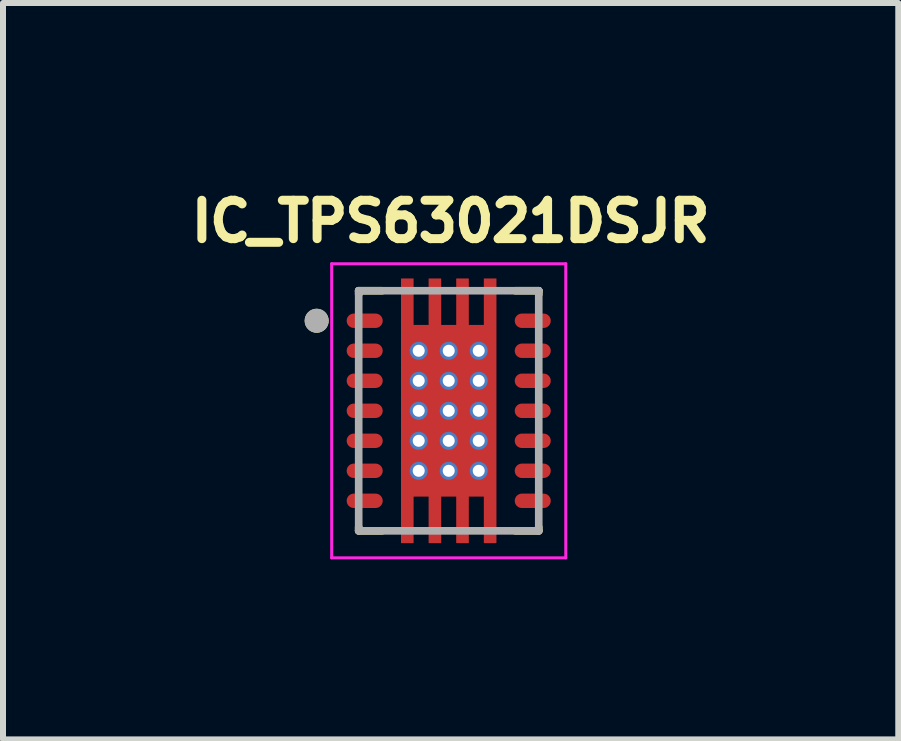
<source format=kicad_pcb>
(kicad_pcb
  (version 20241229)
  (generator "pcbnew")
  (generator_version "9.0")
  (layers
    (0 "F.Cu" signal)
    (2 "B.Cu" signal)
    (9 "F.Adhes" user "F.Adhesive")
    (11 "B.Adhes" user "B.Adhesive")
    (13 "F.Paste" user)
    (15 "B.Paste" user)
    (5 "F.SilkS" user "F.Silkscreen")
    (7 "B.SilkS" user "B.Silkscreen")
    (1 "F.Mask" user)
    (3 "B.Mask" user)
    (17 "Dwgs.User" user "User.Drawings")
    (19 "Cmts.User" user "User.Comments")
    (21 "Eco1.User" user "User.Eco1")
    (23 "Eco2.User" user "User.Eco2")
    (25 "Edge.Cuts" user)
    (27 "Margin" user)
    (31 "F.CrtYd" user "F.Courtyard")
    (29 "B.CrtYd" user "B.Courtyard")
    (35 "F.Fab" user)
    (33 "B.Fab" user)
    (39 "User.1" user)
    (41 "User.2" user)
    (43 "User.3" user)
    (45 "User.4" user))
  (footprint "IC_TPS63021DSJR"
    (layer "F.Cu")
    (at 4.426 3.794)
    (property "Reference" "IC_TPS63021DSJR" (at 0.032 -3.156 0) (layer "F.SilkS") (effects (font (size 0.64 0.64) (thickness 0.15))))
    (attr smd)
    (fp_poly (pts (xy -0.86 -2.27) (xy -0.52 -2.27) (xy -0.52 -1.495) (xy -0.4 -1.495) (xy -0.4 -2.27) (xy -0.06 -2.27) (xy -0.06 -1.495) (xy 0.06 -1.495) (xy 0.06 -2.27) (xy 0.4 -2.27) (xy 0.4 -1.495) (xy 0.52 -1.495) (xy 0.52 -2.27) (xy 0.86 -2.27) (xy 0.86 2.27) (xy 0.52 2.27) (xy 0.52 1.495) (xy 0.4 1.495) (xy 0.4 2.27) (xy 0.06 2.27) (xy 0.06 1.495) (xy -0.06 1.495) (xy -0.06 2.27) (xy -0.4 2.27) (xy -0.4 1.495) (xy -0.52 1.495) (xy -0.52 2.27) (xy -0.86 2.27)) (stroke (width 0.01) (type solid)) (fill yes) (layer "F.Mask"))
    (fp_poly (pts (xy -1.22 -1.69) (xy -1.21 -1.69) (xy -1.2 -1.689) (xy -1.19 -1.688) (xy -1.18 -1.686) (xy -1.171 -1.684) (xy -1.161 -1.681) (xy -1.152 -1.677) (xy -1.143 -1.674) (xy -1.134 -1.669) (xy -1.125 -1.665) (xy -1.117 -1.659) (xy -1.108 -1.654) (xy -1.1 -1.648) (xy -1.093 -1.641) (xy -1.086 -1.634) (xy -1.079 -1.627) (xy -1.072 -1.62) (xy -1.066 -1.612) (xy -1.061 -1.603) (xy -1.055 -1.595) (xy -1.051 -1.586) (xy -1.046 -1.577) (xy -1.043 -1.568) (xy -1.039 -1.559) (xy -1.036 -1.549) (xy -1.034 -1.54) (xy -1.032 -1.53) (xy -1.031 -1.52) (xy -1.03 -1.51) (xy -1.03 -1.5) (xy -1.03 -1.49) (xy -1.031 -1.48) (xy -1.032 -1.47) (xy -1.034 -1.46) (xy -1.036 -1.451) (xy -1.039 -1.441) (xy -1.043 -1.432) (xy -1.046 -1.423) (xy -1.051 -1.414) (xy -1.055 -1.405) (xy -1.061 -1.397) (xy -1.066 -1.388) (xy -1.072 -1.38) (xy -1.079 -1.373) (xy -1.086 -1.366) (xy -1.093 -1.359) (xy -1.1 -1.352) (xy -1.108 -1.346) (xy -1.117 -1.341) (xy -1.125 -1.335) (xy -1.134 -1.331) (xy -1.143 -1.326) (xy -1.152 -1.323) (xy -1.161 -1.319) (xy -1.171 -1.316) (xy -1.18 -1.314) (xy -1.19 -1.312) (xy -1.2 -1.311) (xy -1.21 -1.31) (xy -1.22 -1.31) (xy -1.58 -1.31) (xy -1.59 -1.31) (xy -1.6 -1.311) (xy -1.61 -1.312) (xy -1.62 -1.314) (xy -1.629 -1.316) (xy -1.639 -1.319) (xy -1.648 -1.323) (xy -1.657 -1.326) (xy -1.666 -1.331) (xy -1.675 -1.335) (xy -1.683 -1.341) (xy -1.692 -1.346) (xy -1.7 -1.352) (xy -1.707 -1.359) (xy -1.714 -1.366) (xy -1.721 -1.373) (xy -1.728 -1.38) (xy -1.734 -1.388) (xy -1.739 -1.397) (xy -1.745 -1.405) (xy -1.749 -1.414) (xy -1.754 -1.423) (xy -1.757 -1.432) (xy -1.761 -1.441) (xy -1.764 -1.451) (xy -1.766 -1.46) (xy -1.768 -1.47) (xy -1.769 -1.48) (xy -1.77 -1.49) (xy -1.77 -1.5) (xy -1.77 -1.51) (xy -1.769 -1.52) (xy -1.768 -1.53) (xy -1.766 -1.54) (xy -1.764 -1.549) (xy -1.761 -1.559) (xy -1.757 -1.568) (xy -1.754 -1.577) (xy -1.749 -1.586) (xy -1.745 -1.595) (xy -1.739 -1.603) (xy -1.734 -1.612) (xy -1.728 -1.62) (xy -1.721 -1.627) (xy -1.714 -1.634) (xy -1.707 -1.641) (xy -1.7 -1.648) (xy -1.692 -1.654) (xy -1.683 -1.659) (xy -1.675 -1.665) (xy -1.666 -1.669) (xy -1.657 -1.674) (xy -1.648 -1.677) (xy -1.639 -1.681) (xy -1.629 -1.684) (xy -1.62 -1.686) (xy -1.61 -1.688) (xy -1.6 -1.689) (xy -1.59 -1.69) (xy -1.58 -1.69) (xy -1.22 -1.69)) (stroke (width 0.01) (type solid)) (fill yes) (layer "F.Mask"))
    (fp_poly (pts (xy -1.22 -1.19) (xy -1.21 -1.19) (xy -1.2 -1.189) (xy -1.19 -1.188) (xy -1.18 -1.186) (xy -1.171 -1.184) (xy -1.161 -1.181) (xy -1.152 -1.177) (xy -1.143 -1.174) (xy -1.134 -1.169) (xy -1.125 -1.165) (xy -1.117 -1.159) (xy -1.108 -1.154) (xy -1.1 -1.148) (xy -1.093 -1.141) (xy -1.086 -1.134) (xy -1.079 -1.127) (xy -1.072 -1.12) (xy -1.066 -1.112) (xy -1.061 -1.103) (xy -1.055 -1.095) (xy -1.051 -1.086) (xy -1.046 -1.077) (xy -1.043 -1.068) (xy -1.039 -1.059) (xy -1.036 -1.049) (xy -1.034 -1.04) (xy -1.032 -1.03) (xy -1.031 -1.02) (xy -1.03 -1.01) (xy -1.03 -1) (xy -1.03 -0.99) (xy -1.031 -0.98) (xy -1.032 -0.97) (xy -1.034 -0.96) (xy -1.036 -0.951) (xy -1.039 -0.941) (xy -1.043 -0.932) (xy -1.046 -0.923) (xy -1.051 -0.914) (xy -1.055 -0.905) (xy -1.061 -0.897) (xy -1.066 -0.888) (xy -1.072 -0.88) (xy -1.079 -0.873) (xy -1.086 -0.866) (xy -1.093 -0.859) (xy -1.1 -0.852) (xy -1.108 -0.846) (xy -1.117 -0.841) (xy -1.125 -0.835) (xy -1.134 -0.831) (xy -1.143 -0.826) (xy -1.152 -0.823) (xy -1.161 -0.819) (xy -1.171 -0.816) (xy -1.18 -0.814) (xy -1.19 -0.812) (xy -1.2 -0.811) (xy -1.21 -0.81) (xy -1.22 -0.81) (xy -1.58 -0.81) (xy -1.59 -0.81) (xy -1.6 -0.811) (xy -1.61 -0.812) (xy -1.62 -0.814) (xy -1.629 -0.816) (xy -1.639 -0.819) (xy -1.648 -0.823) (xy -1.657 -0.826) (xy -1.666 -0.831) (xy -1.675 -0.835) (xy -1.683 -0.841) (xy -1.692 -0.846) (xy -1.7 -0.852) (xy -1.707 -0.859) (xy -1.714 -0.866) (xy -1.721 -0.873) (xy -1.728 -0.88) (xy -1.734 -0.888) (xy -1.739 -0.897) (xy -1.745 -0.905) (xy -1.749 -0.914) (xy -1.754 -0.923) (xy -1.757 -0.932) (xy -1.761 -0.941) (xy -1.764 -0.951) (xy -1.766 -0.96) (xy -1.768 -0.97) (xy -1.769 -0.98) (xy -1.77 -0.99) (xy -1.77 -1) (xy -1.77 -1.01) (xy -1.769 -1.02) (xy -1.768 -1.03) (xy -1.766 -1.04) (xy -1.764 -1.049) (xy -1.761 -1.059) (xy -1.757 -1.068) (xy -1.754 -1.077) (xy -1.749 -1.086) (xy -1.745 -1.095) (xy -1.739 -1.103) (xy -1.734 -1.112) (xy -1.728 -1.12) (xy -1.721 -1.127) (xy -1.714 -1.134) (xy -1.707 -1.141) (xy -1.7 -1.148) (xy -1.692 -1.154) (xy -1.683 -1.159) (xy -1.675 -1.165) (xy -1.666 -1.169) (xy -1.657 -1.174) (xy -1.648 -1.177) (xy -1.639 -1.181) (xy -1.629 -1.184) (xy -1.62 -1.186) (xy -1.61 -1.188) (xy -1.6 -1.189) (xy -1.59 -1.19) (xy -1.58 -1.19) (xy -1.22 -1.19)) (stroke (width 0.01) (type solid)) (fill yes) (layer "F.Mask"))
    (fp_poly (pts (xy -1.22 -0.69) (xy -1.21 -0.69) (xy -1.2 -0.689) (xy -1.19 -0.688) (xy -1.18 -0.686) (xy -1.171 -0.684) (xy -1.161 -0.681) (xy -1.152 -0.677) (xy -1.143 -0.674) (xy -1.134 -0.669) (xy -1.125 -0.665) (xy -1.117 -0.659) (xy -1.108 -0.654) (xy -1.1 -0.648) (xy -1.093 -0.641) (xy -1.086 -0.634) (xy -1.079 -0.627) (xy -1.072 -0.62) (xy -1.066 -0.612) (xy -1.061 -0.603) (xy -1.055 -0.595) (xy -1.051 -0.586) (xy -1.046 -0.577) (xy -1.043 -0.568) (xy -1.039 -0.559) (xy -1.036 -0.549) (xy -1.034 -0.54) (xy -1.032 -0.53) (xy -1.031 -0.52) (xy -1.03 -0.51) (xy -1.03 -0.5) (xy -1.03 -0.49) (xy -1.031 -0.48) (xy -1.032 -0.47) (xy -1.034 -0.46) (xy -1.036 -0.451) (xy -1.039 -0.441) (xy -1.043 -0.432) (xy -1.046 -0.423) (xy -1.051 -0.414) (xy -1.055 -0.405) (xy -1.061 -0.397) (xy -1.066 -0.388) (xy -1.072 -0.38) (xy -1.079 -0.373) (xy -1.086 -0.366) (xy -1.093 -0.359) (xy -1.1 -0.352) (xy -1.108 -0.346) (xy -1.117 -0.341) (xy -1.125 -0.335) (xy -1.134 -0.331) (xy -1.143 -0.326) (xy -1.152 -0.323) (xy -1.161 -0.319) (xy -1.171 -0.316) (xy -1.18 -0.314) (xy -1.19 -0.312) (xy -1.2 -0.311) (xy -1.21 -0.31) (xy -1.22 -0.31) (xy -1.58 -0.31) (xy -1.59 -0.31) (xy -1.6 -0.311) (xy -1.61 -0.312) (xy -1.62 -0.314) (xy -1.629 -0.316) (xy -1.639 -0.319) (xy -1.648 -0.323) (xy -1.657 -0.326) (xy -1.666 -0.331) (xy -1.675 -0.335) (xy -1.683 -0.341) (xy -1.692 -0.346) (xy -1.7 -0.352) (xy -1.707 -0.359) (xy -1.714 -0.366) (xy -1.721 -0.373) (xy -1.728 -0.38) (xy -1.734 -0.388) (xy -1.739 -0.397) (xy -1.745 -0.405) (xy -1.749 -0.414) (xy -1.754 -0.423) (xy -1.757 -0.432) (xy -1.761 -0.441) (xy -1.764 -0.451) (xy -1.766 -0.46) (xy -1.768 -0.47) (xy -1.769 -0.48) (xy -1.77 -0.49) (xy -1.77 -0.5) (xy -1.77 -0.51) (xy -1.769 -0.52) (xy -1.768 -0.53) (xy -1.766 -0.54) (xy -1.764 -0.549) (xy -1.761 -0.559) (xy -1.757 -0.568) (xy -1.754 -0.577) (xy -1.749 -0.586) (xy -1.745 -0.595) (xy -1.739 -0.603) (xy -1.734 -0.612) (xy -1.728 -0.62) (xy -1.721 -0.627) (xy -1.714 -0.634) (xy -1.707 -0.641) (xy -1.7 -0.648) (xy -1.692 -0.654) (xy -1.683 -0.659) (xy -1.675 -0.665) (xy -1.666 -0.669) (xy -1.657 -0.674) (xy -1.648 -0.677) (xy -1.639 -0.681) (xy -1.629 -0.684) (xy -1.62 -0.686) (xy -1.61 -0.688) (xy -1.6 -0.689) (xy -1.59 -0.69) (xy -1.58 -0.69) (xy -1.22 -0.69)) (stroke (width 0.01) (type solid)) (fill yes) (layer "F.Mask"))
    (fp_poly (pts (xy -1.22 -0.19) (xy -1.21 -0.19) (xy -1.2 -0.189) (xy -1.19 -0.188) (xy -1.18 -0.186) (xy -1.171 -0.184) (xy -1.161 -0.181) (xy -1.152 -0.177) (xy -1.143 -0.174) (xy -1.134 -0.169) (xy -1.125 -0.165) (xy -1.117 -0.159) (xy -1.108 -0.154) (xy -1.1 -0.148) (xy -1.093 -0.141) (xy -1.086 -0.134) (xy -1.079 -0.127) (xy -1.072 -0.12) (xy -1.066 -0.112) (xy -1.061 -0.103) (xy -1.055 -0.095) (xy -1.051 -0.086) (xy -1.046 -0.077) (xy -1.043 -0.068) (xy -1.039 -0.059) (xy -1.036 -0.049) (xy -1.034 -0.04) (xy -1.032 -0.03) (xy -1.031 -0.02) (xy -1.03 -0.01) (xy -1.03 0) (xy -1.03 0.01) (xy -1.031 0.02) (xy -1.032 0.03) (xy -1.034 0.04) (xy -1.036 0.049) (xy -1.039 0.059) (xy -1.043 0.068) (xy -1.046 0.077) (xy -1.051 0.086) (xy -1.055 0.095) (xy -1.061 0.103) (xy -1.066 0.112) (xy -1.072 0.12) (xy -1.079 0.127) (xy -1.086 0.134) (xy -1.093 0.141) (xy -1.1 0.148) (xy -1.108 0.154) (xy -1.117 0.159) (xy -1.125 0.165) (xy -1.134 0.169) (xy -1.143 0.174) (xy -1.152 0.177) (xy -1.161 0.181) (xy -1.171 0.184) (xy -1.18 0.186) (xy -1.19 0.188) (xy -1.2 0.189) (xy -1.21 0.19) (xy -1.22 0.19) (xy -1.58 0.19) (xy -1.59 0.19) (xy -1.6 0.189) (xy -1.61 0.188) (xy -1.62 0.186) (xy -1.629 0.184) (xy -1.639 0.181) (xy -1.648 0.177) (xy -1.657 0.174) (xy -1.666 0.169) (xy -1.675 0.165) (xy -1.683 0.159) (xy -1.692 0.154) (xy -1.7 0.148) (xy -1.707 0.141) (xy -1.714 0.134) (xy -1.721 0.127) (xy -1.728 0.12) (xy -1.734 0.112) (xy -1.739 0.103) (xy -1.745 0.095) (xy -1.749 0.086) (xy -1.754 0.077) (xy -1.757 0.068) (xy -1.761 0.059) (xy -1.764 0.049) (xy -1.766 0.04) (xy -1.768 0.03) (xy -1.769 0.02) (xy -1.77 0.01) (xy -1.77 0) (xy -1.77 -0.01) (xy -1.769 -0.02) (xy -1.768 -0.03) (xy -1.766 -0.04) (xy -1.764 -0.049) (xy -1.761 -0.059) (xy -1.757 -0.068) (xy -1.754 -0.077) (xy -1.749 -0.086) (xy -1.745 -0.095) (xy -1.739 -0.103) (xy -1.734 -0.112) (xy -1.728 -0.12) (xy -1.721 -0.127) (xy -1.714 -0.134) (xy -1.707 -0.141) (xy -1.7 -0.148) (xy -1.692 -0.154) (xy -1.683 -0.159) (xy -1.675 -0.165) (xy -1.666 -0.169) (xy -1.657 -0.174) (xy -1.648 -0.177) (xy -1.639 -0.181) (xy -1.629 -0.184) (xy -1.62 -0.186) (xy -1.61 -0.188) (xy -1.6 -0.189) (xy -1.59 -0.19) (xy -1.58 -0.19) (xy -1.22 -0.19)) (stroke (width 0.01) (type solid)) (fill yes) (layer "F.Mask"))
    (fp_poly (pts (xy -1.22 0.31) (xy -1.21 0.31) (xy -1.2 0.311) (xy -1.19 0.312) (xy -1.18 0.314) (xy -1.171 0.316) (xy -1.161 0.319) (xy -1.152 0.323) (xy -1.143 0.326) (xy -1.134 0.331) (xy -1.125 0.335) (xy -1.117 0.341) (xy -1.108 0.346) (xy -1.1 0.352) (xy -1.093 0.359) (xy -1.086 0.366) (xy -1.079 0.373) (xy -1.072 0.38) (xy -1.066 0.388) (xy -1.061 0.397) (xy -1.055 0.405) (xy -1.051 0.414) (xy -1.046 0.423) (xy -1.043 0.432) (xy -1.039 0.441) (xy -1.036 0.451) (xy -1.034 0.46) (xy -1.032 0.47) (xy -1.031 0.48) (xy -1.03 0.49) (xy -1.03 0.5) (xy -1.03 0.51) (xy -1.031 0.52) (xy -1.032 0.53) (xy -1.034 0.54) (xy -1.036 0.549) (xy -1.039 0.559) (xy -1.043 0.568) (xy -1.046 0.577) (xy -1.051 0.586) (xy -1.055 0.595) (xy -1.061 0.603) (xy -1.066 0.612) (xy -1.072 0.62) (xy -1.079 0.627) (xy -1.086 0.634) (xy -1.093 0.641) (xy -1.1 0.648) (xy -1.108 0.654) (xy -1.117 0.659) (xy -1.125 0.665) (xy -1.134 0.669) (xy -1.143 0.674) (xy -1.152 0.677) (xy -1.161 0.681) (xy -1.171 0.684) (xy -1.18 0.686) (xy -1.19 0.688) (xy -1.2 0.689) (xy -1.21 0.69) (xy -1.22 0.69) (xy -1.58 0.69) (xy -1.59 0.69) (xy -1.6 0.689) (xy -1.61 0.688) (xy -1.62 0.686) (xy -1.629 0.684) (xy -1.639 0.681) (xy -1.648 0.677) (xy -1.657 0.674) (xy -1.666 0.669) (xy -1.675 0.665) (xy -1.683 0.659) (xy -1.692 0.654) (xy -1.7 0.648) (xy -1.707 0.641) (xy -1.714 0.634) (xy -1.721 0.627) (xy -1.728 0.62) (xy -1.734 0.612) (xy -1.739 0.603) (xy -1.745 0.595) (xy -1.749 0.586) (xy -1.754 0.577) (xy -1.757 0.568) (xy -1.761 0.559) (xy -1.764 0.549) (xy -1.766 0.54) (xy -1.768 0.53) (xy -1.769 0.52) (xy -1.77 0.51) (xy -1.77 0.5) (xy -1.77 0.49) (xy -1.769 0.48) (xy -1.768 0.47) (xy -1.766 0.46) (xy -1.764 0.451) (xy -1.761 0.441) (xy -1.757 0.432) (xy -1.754 0.423) (xy -1.749 0.414) (xy -1.745 0.405) (xy -1.739 0.397) (xy -1.734 0.388) (xy -1.728 0.38) (xy -1.721 0.373) (xy -1.714 0.366) (xy -1.707 0.359) (xy -1.7 0.352) (xy -1.692 0.346) (xy -1.683 0.341) (xy -1.675 0.335) (xy -1.666 0.331) (xy -1.657 0.326) (xy -1.648 0.323) (xy -1.639 0.319) (xy -1.629 0.316) (xy -1.62 0.314) (xy -1.61 0.312) (xy -1.6 0.311) (xy -1.59 0.31) (xy -1.58 0.31) (xy -1.22 0.31)) (stroke (width 0.01) (type solid)) (fill yes) (layer "F.Mask"))
    (fp_poly (pts (xy -1.22 0.81) (xy -1.21 0.81) (xy -1.2 0.811) (xy -1.19 0.812) (xy -1.18 0.814) (xy -1.171 0.816) (xy -1.161 0.819) (xy -1.152 0.823) (xy -1.143 0.826) (xy -1.134 0.831) (xy -1.125 0.835) (xy -1.117 0.841) (xy -1.108 0.846) (xy -1.1 0.852) (xy -1.093 0.859) (xy -1.086 0.866) (xy -1.079 0.873) (xy -1.072 0.88) (xy -1.066 0.888) (xy -1.061 0.897) (xy -1.055 0.905) (xy -1.051 0.914) (xy -1.046 0.923) (xy -1.043 0.932) (xy -1.039 0.941) (xy -1.036 0.951) (xy -1.034 0.96) (xy -1.032 0.97) (xy -1.031 0.98) (xy -1.03 0.99) (xy -1.03 1) (xy -1.03 1.01) (xy -1.031 1.02) (xy -1.032 1.03) (xy -1.034 1.04) (xy -1.036 1.049) (xy -1.039 1.059) (xy -1.043 1.068) (xy -1.046 1.077) (xy -1.051 1.086) (xy -1.055 1.095) (xy -1.061 1.103) (xy -1.066 1.112) (xy -1.072 1.12) (xy -1.079 1.127) (xy -1.086 1.134) (xy -1.093 1.141) (xy -1.1 1.148) (xy -1.108 1.154) (xy -1.117 1.159) (xy -1.125 1.165) (xy -1.134 1.169) (xy -1.143 1.174) (xy -1.152 1.177) (xy -1.161 1.181) (xy -1.171 1.184) (xy -1.18 1.186) (xy -1.19 1.188) (xy -1.2 1.189) (xy -1.21 1.19) (xy -1.22 1.19) (xy -1.58 1.19) (xy -1.59 1.19) (xy -1.6 1.189) (xy -1.61 1.188) (xy -1.62 1.186) (xy -1.629 1.184) (xy -1.639 1.181) (xy -1.648 1.177) (xy -1.657 1.174) (xy -1.666 1.169) (xy -1.675 1.165) (xy -1.683 1.159) (xy -1.692 1.154) (xy -1.7 1.148) (xy -1.707 1.141) (xy -1.714 1.134) (xy -1.721 1.127) (xy -1.728 1.12) (xy -1.734 1.112) (xy -1.739 1.103) (xy -1.745 1.095) (xy -1.749 1.086) (xy -1.754 1.077) (xy -1.757 1.068) (xy -1.761 1.059) (xy -1.764 1.049) (xy -1.766 1.04) (xy -1.768 1.03) (xy -1.769 1.02) (xy -1.77 1.01) (xy -1.77 1) (xy -1.77 0.99) (xy -1.769 0.98) (xy -1.768 0.97) (xy -1.766 0.96) (xy -1.764 0.951) (xy -1.761 0.941) (xy -1.757 0.932) (xy -1.754 0.923) (xy -1.749 0.914) (xy -1.745 0.905) (xy -1.739 0.897) (xy -1.734 0.888) (xy -1.728 0.88) (xy -1.721 0.873) (xy -1.714 0.866) (xy -1.707 0.859) (xy -1.7 0.852) (xy -1.692 0.846) (xy -1.683 0.841) (xy -1.675 0.835) (xy -1.666 0.831) (xy -1.657 0.826) (xy -1.648 0.823) (xy -1.639 0.819) (xy -1.629 0.816) (xy -1.62 0.814) (xy -1.61 0.812) (xy -1.6 0.811) (xy -1.59 0.81) (xy -1.58 0.81) (xy -1.22 0.81)) (stroke (width 0.01) (type solid)) (fill yes) (layer "F.Mask"))
    (fp_poly (pts (xy -1.22 1.31) (xy -1.21 1.31) (xy -1.2 1.311) (xy -1.19 1.312) (xy -1.18 1.314) (xy -1.171 1.316) (xy -1.161 1.319) (xy -1.152 1.323) (xy -1.143 1.326) (xy -1.134 1.331) (xy -1.125 1.335) (xy -1.117 1.341) (xy -1.108 1.346) (xy -1.1 1.352) (xy -1.093 1.359) (xy -1.086 1.366) (xy -1.079 1.373) (xy -1.072 1.38) (xy -1.066 1.388) (xy -1.061 1.397) (xy -1.055 1.405) (xy -1.051 1.414) (xy -1.046 1.423) (xy -1.043 1.432) (xy -1.039 1.441) (xy -1.036 1.451) (xy -1.034 1.46) (xy -1.032 1.47) (xy -1.031 1.48) (xy -1.03 1.49) (xy -1.03 1.5) (xy -1.03 1.51) (xy -1.031 1.52) (xy -1.032 1.53) (xy -1.034 1.54) (xy -1.036 1.549) (xy -1.039 1.559) (xy -1.043 1.568) (xy -1.046 1.577) (xy -1.051 1.586) (xy -1.055 1.595) (xy -1.061 1.603) (xy -1.066 1.612) (xy -1.072 1.62) (xy -1.079 1.627) (xy -1.086 1.634) (xy -1.093 1.641) (xy -1.1 1.648) (xy -1.108 1.654) (xy -1.117 1.659) (xy -1.125 1.665) (xy -1.134 1.669) (xy -1.143 1.674) (xy -1.152 1.677) (xy -1.161 1.681) (xy -1.171 1.684) (xy -1.18 1.686) (xy -1.19 1.688) (xy -1.2 1.689) (xy -1.21 1.69) (xy -1.22 1.69) (xy -1.58 1.69) (xy -1.59 1.69) (xy -1.6 1.689) (xy -1.61 1.688) (xy -1.62 1.686) (xy -1.629 1.684) (xy -1.639 1.681) (xy -1.648 1.677) (xy -1.657 1.674) (xy -1.666 1.669) (xy -1.675 1.665) (xy -1.683 1.659) (xy -1.692 1.654) (xy -1.7 1.648) (xy -1.707 1.641) (xy -1.714 1.634) (xy -1.721 1.627) (xy -1.728 1.62) (xy -1.734 1.612) (xy -1.739 1.603) (xy -1.745 1.595) (xy -1.749 1.586) (xy -1.754 1.577) (xy -1.757 1.568) (xy -1.761 1.559) (xy -1.764 1.549) (xy -1.766 1.54) (xy -1.768 1.53) (xy -1.769 1.52) (xy -1.77 1.51) (xy -1.77 1.5) (xy -1.77 1.49) (xy -1.769 1.48) (xy -1.768 1.47) (xy -1.766 1.46) (xy -1.764 1.451) (xy -1.761 1.441) (xy -1.757 1.432) (xy -1.754 1.423) (xy -1.749 1.414) (xy -1.745 1.405) (xy -1.739 1.397) (xy -1.734 1.388) (xy -1.728 1.38) (xy -1.721 1.373) (xy -1.714 1.366) (xy -1.707 1.359) (xy -1.7 1.352) (xy -1.692 1.346) (xy -1.683 1.341) (xy -1.675 1.335) (xy -1.666 1.331) (xy -1.657 1.326) (xy -1.648 1.323) (xy -1.639 1.319) (xy -1.629 1.316) (xy -1.62 1.314) (xy -1.61 1.312) (xy -1.6 1.311) (xy -1.59 1.31) (xy -1.58 1.31) (xy -1.22 1.31)) (stroke (width 0.01) (type solid)) (fill yes) (layer "F.Mask"))
    (fp_poly (pts (xy 1.58 -1.69) (xy 1.59 -1.69) (xy 1.6 -1.689) (xy 1.61 -1.688) (xy 1.62 -1.686) (xy 1.629 -1.684) (xy 1.639 -1.681) (xy 1.648 -1.677) (xy 1.657 -1.674) (xy 1.666 -1.669) (xy 1.675 -1.665) (xy 1.683 -1.659) (xy 1.692 -1.654) (xy 1.7 -1.648) (xy 1.707 -1.641) (xy 1.714 -1.634) (xy 1.721 -1.627) (xy 1.728 -1.62) (xy 1.734 -1.612) (xy 1.739 -1.603) (xy 1.745 -1.595) (xy 1.749 -1.586) (xy 1.754 -1.577) (xy 1.757 -1.568) (xy 1.761 -1.559) (xy 1.764 -1.549) (xy 1.766 -1.54) (xy 1.768 -1.53) (xy 1.769 -1.52) (xy 1.77 -1.51) (xy 1.77 -1.5) (xy 1.77 -1.49) (xy 1.769 -1.48) (xy 1.768 -1.47) (xy 1.766 -1.46) (xy 1.764 -1.451) (xy 1.761 -1.441) (xy 1.757 -1.432) (xy 1.754 -1.423) (xy 1.749 -1.414) (xy 1.745 -1.405) (xy 1.739 -1.397) (xy 1.734 -1.388) (xy 1.728 -1.38) (xy 1.721 -1.373) (xy 1.714 -1.366) (xy 1.707 -1.359) (xy 1.7 -1.352) (xy 1.692 -1.346) (xy 1.683 -1.341) (xy 1.675 -1.335) (xy 1.666 -1.331) (xy 1.657 -1.326) (xy 1.648 -1.323) (xy 1.639 -1.319) (xy 1.629 -1.316) (xy 1.62 -1.314) (xy 1.61 -1.312) (xy 1.6 -1.311) (xy 1.59 -1.31) (xy 1.58 -1.31) (xy 1.22 -1.31) (xy 1.21 -1.31) (xy 1.2 -1.311) (xy 1.19 -1.312) (xy 1.18 -1.314) (xy 1.171 -1.316) (xy 1.161 -1.319) (xy 1.152 -1.323) (xy 1.143 -1.326) (xy 1.134 -1.331) (xy 1.125 -1.335) (xy 1.117 -1.341) (xy 1.108 -1.346) (xy 1.1 -1.352) (xy 1.093 -1.359) (xy 1.086 -1.366) (xy 1.079 -1.373) (xy 1.072 -1.38) (xy 1.066 -1.388) (xy 1.061 -1.397) (xy 1.055 -1.405) (xy 1.051 -1.414) (xy 1.046 -1.423) (xy 1.043 -1.432) (xy 1.039 -1.441) (xy 1.036 -1.451) (xy 1.034 -1.46) (xy 1.032 -1.47) (xy 1.031 -1.48) (xy 1.03 -1.49) (xy 1.03 -1.5) (xy 1.03 -1.51) (xy 1.031 -1.52) (xy 1.032 -1.53) (xy 1.034 -1.54) (xy 1.036 -1.549) (xy 1.039 -1.559) (xy 1.043 -1.568) (xy 1.046 -1.577) (xy 1.051 -1.586) (xy 1.055 -1.595) (xy 1.061 -1.603) (xy 1.066 -1.612) (xy 1.072 -1.62) (xy 1.079 -1.627) (xy 1.086 -1.634) (xy 1.093 -1.641) (xy 1.1 -1.648) (xy 1.108 -1.654) (xy 1.117 -1.659) (xy 1.125 -1.665) (xy 1.134 -1.669) (xy 1.143 -1.674) (xy 1.152 -1.677) (xy 1.161 -1.681) (xy 1.171 -1.684) (xy 1.18 -1.686) (xy 1.19 -1.688) (xy 1.2 -1.689) (xy 1.21 -1.69) (xy 1.22 -1.69) (xy 1.58 -1.69)) (stroke (width 0.01) (type solid)) (fill yes) (layer "F.Mask"))
    (fp_poly (pts (xy 1.58 -1.19) (xy 1.59 -1.19) (xy 1.6 -1.189) (xy 1.61 -1.188) (xy 1.62 -1.186) (xy 1.629 -1.184) (xy 1.639 -1.181) (xy 1.648 -1.177) (xy 1.657 -1.174) (xy 1.666 -1.169) (xy 1.675 -1.165) (xy 1.683 -1.159) (xy 1.692 -1.154) (xy 1.7 -1.148) (xy 1.707 -1.141) (xy 1.714 -1.134) (xy 1.721 -1.127) (xy 1.728 -1.12) (xy 1.734 -1.112) (xy 1.739 -1.103) (xy 1.745 -1.095) (xy 1.749 -1.086) (xy 1.754 -1.077) (xy 1.757 -1.068) (xy 1.761 -1.059) (xy 1.764 -1.049) (xy 1.766 -1.04) (xy 1.768 -1.03) (xy 1.769 -1.02) (xy 1.77 -1.01) (xy 1.77 -1) (xy 1.77 -0.99) (xy 1.769 -0.98) (xy 1.768 -0.97) (xy 1.766 -0.96) (xy 1.764 -0.951) (xy 1.761 -0.941) (xy 1.757 -0.932) (xy 1.754 -0.923) (xy 1.749 -0.914) (xy 1.745 -0.905) (xy 1.739 -0.897) (xy 1.734 -0.888) (xy 1.728 -0.88) (xy 1.721 -0.873) (xy 1.714 -0.866) (xy 1.707 -0.859) (xy 1.7 -0.852) (xy 1.692 -0.846) (xy 1.683 -0.841) (xy 1.675 -0.835) (xy 1.666 -0.831) (xy 1.657 -0.826) (xy 1.648 -0.823) (xy 1.639 -0.819) (xy 1.629 -0.816) (xy 1.62 -0.814) (xy 1.61 -0.812) (xy 1.6 -0.811) (xy 1.59 -0.81) (xy 1.58 -0.81) (xy 1.22 -0.81) (xy 1.21 -0.81) (xy 1.2 -0.811) (xy 1.19 -0.812) (xy 1.18 -0.814) (xy 1.171 -0.816) (xy 1.161 -0.819) (xy 1.152 -0.823) (xy 1.143 -0.826) (xy 1.134 -0.831) (xy 1.125 -0.835) (xy 1.117 -0.841) (xy 1.108 -0.846) (xy 1.1 -0.852) (xy 1.093 -0.859) (xy 1.086 -0.866) (xy 1.079 -0.873) (xy 1.072 -0.88) (xy 1.066 -0.888) (xy 1.061 -0.897) (xy 1.055 -0.905) (xy 1.051 -0.914) (xy 1.046 -0.923) (xy 1.043 -0.932) (xy 1.039 -0.941) (xy 1.036 -0.951) (xy 1.034 -0.96) (xy 1.032 -0.97) (xy 1.031 -0.98) (xy 1.03 -0.99) (xy 1.03 -1) (xy 1.03 -1.01) (xy 1.031 -1.02) (xy 1.032 -1.03) (xy 1.034 -1.04) (xy 1.036 -1.049) (xy 1.039 -1.059) (xy 1.043 -1.068) (xy 1.046 -1.077) (xy 1.051 -1.086) (xy 1.055 -1.095) (xy 1.061 -1.103) (xy 1.066 -1.112) (xy 1.072 -1.12) (xy 1.079 -1.127) (xy 1.086 -1.134) (xy 1.093 -1.141) (xy 1.1 -1.148) (xy 1.108 -1.154) (xy 1.117 -1.159) (xy 1.125 -1.165) (xy 1.134 -1.169) (xy 1.143 -1.174) (xy 1.152 -1.177) (xy 1.161 -1.181) (xy 1.171 -1.184) (xy 1.18 -1.186) (xy 1.19 -1.188) (xy 1.2 -1.189) (xy 1.21 -1.19) (xy 1.22 -1.19) (xy 1.58 -1.19)) (stroke (width 0.01) (type solid)) (fill yes) (layer "F.Mask"))
    (fp_poly (pts (xy 1.58 -0.69) (xy 1.59 -0.69) (xy 1.6 -0.689) (xy 1.61 -0.688) (xy 1.62 -0.686) (xy 1.629 -0.684) (xy 1.639 -0.681) (xy 1.648 -0.677) (xy 1.657 -0.674) (xy 1.666 -0.669) (xy 1.675 -0.665) (xy 1.683 -0.659) (xy 1.692 -0.654) (xy 1.7 -0.648) (xy 1.707 -0.641) (xy 1.714 -0.634) (xy 1.721 -0.627) (xy 1.728 -0.62) (xy 1.734 -0.612) (xy 1.739 -0.603) (xy 1.745 -0.595) (xy 1.749 -0.586) (xy 1.754 -0.577) (xy 1.757 -0.568) (xy 1.761 -0.559) (xy 1.764 -0.549) (xy 1.766 -0.54) (xy 1.768 -0.53) (xy 1.769 -0.52) (xy 1.77 -0.51) (xy 1.77 -0.5) (xy 1.77 -0.49) (xy 1.769 -0.48) (xy 1.768 -0.47) (xy 1.766 -0.46) (xy 1.764 -0.451) (xy 1.761 -0.441) (xy 1.757 -0.432) (xy 1.754 -0.423) (xy 1.749 -0.414) (xy 1.745 -0.405) (xy 1.739 -0.397) (xy 1.734 -0.388) (xy 1.728 -0.38) (xy 1.721 -0.373) (xy 1.714 -0.366) (xy 1.707 -0.359) (xy 1.7 -0.352) (xy 1.692 -0.346) (xy 1.683 -0.341) (xy 1.675 -0.335) (xy 1.666 -0.331) (xy 1.657 -0.326) (xy 1.648 -0.323) (xy 1.639 -0.319) (xy 1.629 -0.316) (xy 1.62 -0.314) (xy 1.61 -0.312) (xy 1.6 -0.311) (xy 1.59 -0.31) (xy 1.58 -0.31) (xy 1.22 -0.31) (xy 1.21 -0.31) (xy 1.2 -0.311) (xy 1.19 -0.312) (xy 1.18 -0.314) (xy 1.171 -0.316) (xy 1.161 -0.319) (xy 1.152 -0.323) (xy 1.143 -0.326) (xy 1.134 -0.331) (xy 1.125 -0.335) (xy 1.117 -0.341) (xy 1.108 -0.346) (xy 1.1 -0.352) (xy 1.093 -0.359) (xy 1.086 -0.366) (xy 1.079 -0.373) (xy 1.072 -0.38) (xy 1.066 -0.388) (xy 1.061 -0.397) (xy 1.055 -0.405) (xy 1.051 -0.414) (xy 1.046 -0.423) (xy 1.043 -0.432) (xy 1.039 -0.441) (xy 1.036 -0.451) (xy 1.034 -0.46) (xy 1.032 -0.47) (xy 1.031 -0.48) (xy 1.03 -0.49) (xy 1.03 -0.5) (xy 1.03 -0.51) (xy 1.031 -0.52) (xy 1.032 -0.53) (xy 1.034 -0.54) (xy 1.036 -0.549) (xy 1.039 -0.559) (xy 1.043 -0.568) (xy 1.046 -0.577) (xy 1.051 -0.586) (xy 1.055 -0.595) (xy 1.061 -0.603) (xy 1.066 -0.612) (xy 1.072 -0.62) (xy 1.079 -0.627) (xy 1.086 -0.634) (xy 1.093 -0.641) (xy 1.1 -0.648) (xy 1.108 -0.654) (xy 1.117 -0.659) (xy 1.125 -0.665) (xy 1.134 -0.669) (xy 1.143 -0.674) (xy 1.152 -0.677) (xy 1.161 -0.681) (xy 1.171 -0.684) (xy 1.18 -0.686) (xy 1.19 -0.688) (xy 1.2 -0.689) (xy 1.21 -0.69) (xy 1.22 -0.69) (xy 1.58 -0.69)) (stroke (width 0.01) (type solid)) (fill yes) (layer "F.Mask"))
    (fp_poly (pts (xy 1.58 -0.19) (xy 1.59 -0.19) (xy 1.6 -0.189) (xy 1.61 -0.188) (xy 1.62 -0.186) (xy 1.629 -0.184) (xy 1.639 -0.181) (xy 1.648 -0.177) (xy 1.657 -0.174) (xy 1.666 -0.169) (xy 1.675 -0.165) (xy 1.683 -0.159) (xy 1.692 -0.154) (xy 1.7 -0.148) (xy 1.707 -0.141) (xy 1.714 -0.134) (xy 1.721 -0.127) (xy 1.728 -0.12) (xy 1.734 -0.112) (xy 1.739 -0.103) (xy 1.745 -0.095) (xy 1.749 -0.086) (xy 1.754 -0.077) (xy 1.757 -0.068) (xy 1.761 -0.059) (xy 1.764 -0.049) (xy 1.766 -0.04) (xy 1.768 -0.03) (xy 1.769 -0.02) (xy 1.77 -0.01) (xy 1.77 0) (xy 1.77 0.01) (xy 1.769 0.02) (xy 1.768 0.03) (xy 1.766 0.04) (xy 1.764 0.049) (xy 1.761 0.059) (xy 1.757 0.068) (xy 1.754 0.077) (xy 1.749 0.086) (xy 1.745 0.095) (xy 1.739 0.103) (xy 1.734 0.112) (xy 1.728 0.12) (xy 1.721 0.127) (xy 1.714 0.134) (xy 1.707 0.141) (xy 1.7 0.148) (xy 1.692 0.154) (xy 1.683 0.159) (xy 1.675 0.165) (xy 1.666 0.169) (xy 1.657 0.174) (xy 1.648 0.177) (xy 1.639 0.181) (xy 1.629 0.184) (xy 1.62 0.186) (xy 1.61 0.188) (xy 1.6 0.189) (xy 1.59 0.19) (xy 1.58 0.19) (xy 1.22 0.19) (xy 1.21 0.19) (xy 1.2 0.189) (xy 1.19 0.188) (xy 1.18 0.186) (xy 1.171 0.184) (xy 1.161 0.181) (xy 1.152 0.177) (xy 1.143 0.174) (xy 1.134 0.169) (xy 1.125 0.165) (xy 1.117 0.159) (xy 1.108 0.154) (xy 1.1 0.148) (xy 1.093 0.141) (xy 1.086 0.134) (xy 1.079 0.127) (xy 1.072 0.12) (xy 1.066 0.112) (xy 1.061 0.103) (xy 1.055 0.095) (xy 1.051 0.086) (xy 1.046 0.077) (xy 1.043 0.068) (xy 1.039 0.059) (xy 1.036 0.049) (xy 1.034 0.04) (xy 1.032 0.03) (xy 1.031 0.02) (xy 1.03 0.01) (xy 1.03 0) (xy 1.03 -0.01) (xy 1.031 -0.02) (xy 1.032 -0.03) (xy 1.034 -0.04) (xy 1.036 -0.049) (xy 1.039 -0.059) (xy 1.043 -0.068) (xy 1.046 -0.077) (xy 1.051 -0.086) (xy 1.055 -0.095) (xy 1.061 -0.103) (xy 1.066 -0.112) (xy 1.072 -0.12) (xy 1.079 -0.127) (xy 1.086 -0.134) (xy 1.093 -0.141) (xy 1.1 -0.148) (xy 1.108 -0.154) (xy 1.117 -0.159) (xy 1.125 -0.165) (xy 1.134 -0.169) (xy 1.143 -0.174) (xy 1.152 -0.177) (xy 1.161 -0.181) (xy 1.171 -0.184) (xy 1.18 -0.186) (xy 1.19 -0.188) (xy 1.2 -0.189) (xy 1.21 -0.19) (xy 1.22 -0.19) (xy 1.58 -0.19)) (stroke (width 0.01) (type solid)) (fill yes) (layer "F.Mask"))
    (fp_poly (pts (xy 1.58 0.31) (xy 1.59 0.31) (xy 1.6 0.311) (xy 1.61 0.312) (xy 1.62 0.314) (xy 1.629 0.316) (xy 1.639 0.319) (xy 1.648 0.323) (xy 1.657 0.326) (xy 1.666 0.331) (xy 1.675 0.335) (xy 1.683 0.341) (xy 1.692 0.346) (xy 1.7 0.352) (xy 1.707 0.359) (xy 1.714 0.366) (xy 1.721 0.373) (xy 1.728 0.38) (xy 1.734 0.388) (xy 1.739 0.397) (xy 1.745 0.405) (xy 1.749 0.414) (xy 1.754 0.423) (xy 1.757 0.432) (xy 1.761 0.441) (xy 1.764 0.451) (xy 1.766 0.46) (xy 1.768 0.47) (xy 1.769 0.48) (xy 1.77 0.49) (xy 1.77 0.5) (xy 1.77 0.51) (xy 1.769 0.52) (xy 1.768 0.53) (xy 1.766 0.54) (xy 1.764 0.549) (xy 1.761 0.559) (xy 1.757 0.568) (xy 1.754 0.577) (xy 1.749 0.586) (xy 1.745 0.595) (xy 1.739 0.603) (xy 1.734 0.612) (xy 1.728 0.62) (xy 1.721 0.627) (xy 1.714 0.634) (xy 1.707 0.641) (xy 1.7 0.648) (xy 1.692 0.654) (xy 1.683 0.659) (xy 1.675 0.665) (xy 1.666 0.669) (xy 1.657 0.674) (xy 1.648 0.677) (xy 1.639 0.681) (xy 1.629 0.684) (xy 1.62 0.686) (xy 1.61 0.688) (xy 1.6 0.689) (xy 1.59 0.69) (xy 1.58 0.69) (xy 1.22 0.69) (xy 1.21 0.69) (xy 1.2 0.689) (xy 1.19 0.688) (xy 1.18 0.686) (xy 1.171 0.684) (xy 1.161 0.681) (xy 1.152 0.677) (xy 1.143 0.674) (xy 1.134 0.669) (xy 1.125 0.665) (xy 1.117 0.659) (xy 1.108 0.654) (xy 1.1 0.648) (xy 1.093 0.641) (xy 1.086 0.634) (xy 1.079 0.627) (xy 1.072 0.62) (xy 1.066 0.612) (xy 1.061 0.603) (xy 1.055 0.595) (xy 1.051 0.586) (xy 1.046 0.577) (xy 1.043 0.568) (xy 1.039 0.559) (xy 1.036 0.549) (xy 1.034 0.54) (xy 1.032 0.53) (xy 1.031 0.52) (xy 1.03 0.51) (xy 1.03 0.5) (xy 1.03 0.49) (xy 1.031 0.48) (xy 1.032 0.47) (xy 1.034 0.46) (xy 1.036 0.451) (xy 1.039 0.441) (xy 1.043 0.432) (xy 1.046 0.423) (xy 1.051 0.414) (xy 1.055 0.405) (xy 1.061 0.397) (xy 1.066 0.388) (xy 1.072 0.38) (xy 1.079 0.373) (xy 1.086 0.366) (xy 1.093 0.359) (xy 1.1 0.352) (xy 1.108 0.346) (xy 1.117 0.341) (xy 1.125 0.335) (xy 1.134 0.331) (xy 1.143 0.326) (xy 1.152 0.323) (xy 1.161 0.319) (xy 1.171 0.316) (xy 1.18 0.314) (xy 1.19 0.312) (xy 1.2 0.311) (xy 1.21 0.31) (xy 1.22 0.31) (xy 1.58 0.31)) (stroke (width 0.01) (type solid)) (fill yes) (layer "F.Mask"))
    (fp_poly (pts (xy 1.58 0.81) (xy 1.59 0.81) (xy 1.6 0.811) (xy 1.61 0.812) (xy 1.62 0.814) (xy 1.629 0.816) (xy 1.639 0.819) (xy 1.648 0.823) (xy 1.657 0.826) (xy 1.666 0.831) (xy 1.675 0.835) (xy 1.683 0.841) (xy 1.692 0.846) (xy 1.7 0.852) (xy 1.707 0.859) (xy 1.714 0.866) (xy 1.721 0.873) (xy 1.728 0.88) (xy 1.734 0.888) (xy 1.739 0.897) (xy 1.745 0.905) (xy 1.749 0.914) (xy 1.754 0.923) (xy 1.757 0.932) (xy 1.761 0.941) (xy 1.764 0.951) (xy 1.766 0.96) (xy 1.768 0.97) (xy 1.769 0.98) (xy 1.77 0.99) (xy 1.77 1) (xy 1.77 1.01) (xy 1.769 1.02) (xy 1.768 1.03) (xy 1.766 1.04) (xy 1.764 1.049) (xy 1.761 1.059) (xy 1.757 1.068) (xy 1.754 1.077) (xy 1.749 1.086) (xy 1.745 1.095) (xy 1.739 1.103) (xy 1.734 1.112) (xy 1.728 1.12) (xy 1.721 1.127) (xy 1.714 1.134) (xy 1.707 1.141) (xy 1.7 1.148) (xy 1.692 1.154) (xy 1.683 1.159) (xy 1.675 1.165) (xy 1.666 1.169) (xy 1.657 1.174) (xy 1.648 1.177) (xy 1.639 1.181) (xy 1.629 1.184) (xy 1.62 1.186) (xy 1.61 1.188) (xy 1.6 1.189) (xy 1.59 1.19) (xy 1.58 1.19) (xy 1.22 1.19) (xy 1.21 1.19) (xy 1.2 1.189) (xy 1.19 1.188) (xy 1.18 1.186) (xy 1.171 1.184) (xy 1.161 1.181) (xy 1.152 1.177) (xy 1.143 1.174) (xy 1.134 1.169) (xy 1.125 1.165) (xy 1.117 1.159) (xy 1.108 1.154) (xy 1.1 1.148) (xy 1.093 1.141) (xy 1.086 1.134) (xy 1.079 1.127) (xy 1.072 1.12) (xy 1.066 1.112) (xy 1.061 1.103) (xy 1.055 1.095) (xy 1.051 1.086) (xy 1.046 1.077) (xy 1.043 1.068) (xy 1.039 1.059) (xy 1.036 1.049) (xy 1.034 1.04) (xy 1.032 1.03) (xy 1.031 1.02) (xy 1.03 1.01) (xy 1.03 1) (xy 1.03 0.99) (xy 1.031 0.98) (xy 1.032 0.97) (xy 1.034 0.96) (xy 1.036 0.951) (xy 1.039 0.941) (xy 1.043 0.932) (xy 1.046 0.923) (xy 1.051 0.914) (xy 1.055 0.905) (xy 1.061 0.897) (xy 1.066 0.888) (xy 1.072 0.88) (xy 1.079 0.873) (xy 1.086 0.866) (xy 1.093 0.859) (xy 1.1 0.852) (xy 1.108 0.846) (xy 1.117 0.841) (xy 1.125 0.835) (xy 1.134 0.831) (xy 1.143 0.826) (xy 1.152 0.823) (xy 1.161 0.819) (xy 1.171 0.816) (xy 1.18 0.814) (xy 1.19 0.812) (xy 1.2 0.811) (xy 1.21 0.81) (xy 1.22 0.81) (xy 1.58 0.81)) (stroke (width 0.01) (type solid)) (fill yes) (layer "F.Mask"))
    (fp_poly (pts (xy 1.58 1.31) (xy 1.59 1.31) (xy 1.6 1.311) (xy 1.61 1.312) (xy 1.62 1.314) (xy 1.629 1.316) (xy 1.639 1.319) (xy 1.648 1.323) (xy 1.657 1.326) (xy 1.666 1.331) (xy 1.675 1.335) (xy 1.683 1.341) (xy 1.692 1.346) (xy 1.7 1.352) (xy 1.707 1.359) (xy 1.714 1.366) (xy 1.721 1.373) (xy 1.728 1.38) (xy 1.734 1.388) (xy 1.739 1.397) (xy 1.745 1.405) (xy 1.749 1.414) (xy 1.754 1.423) (xy 1.757 1.432) (xy 1.761 1.441) (xy 1.764 1.451) (xy 1.766 1.46) (xy 1.768 1.47) (xy 1.769 1.48) (xy 1.77 1.49) (xy 1.77 1.5) (xy 1.77 1.51) (xy 1.769 1.52) (xy 1.768 1.53) (xy 1.766 1.54) (xy 1.764 1.549) (xy 1.761 1.559) (xy 1.757 1.568) (xy 1.754 1.577) (xy 1.749 1.586) (xy 1.745 1.595) (xy 1.739 1.603) (xy 1.734 1.612) (xy 1.728 1.62) (xy 1.721 1.627) (xy 1.714 1.634) (xy 1.707 1.641) (xy 1.7 1.648) (xy 1.692 1.654) (xy 1.683 1.659) (xy 1.675 1.665) (xy 1.666 1.669) (xy 1.657 1.674) (xy 1.648 1.677) (xy 1.639 1.681) (xy 1.629 1.684) (xy 1.62 1.686) (xy 1.61 1.688) (xy 1.6 1.689) (xy 1.59 1.69) (xy 1.58 1.69) (xy 1.22 1.69) (xy 1.21 1.69) (xy 1.2 1.689) (xy 1.19 1.688) (xy 1.18 1.686) (xy 1.171 1.684) (xy 1.161 1.681) (xy 1.152 1.677) (xy 1.143 1.674) (xy 1.134 1.669) (xy 1.125 1.665) (xy 1.117 1.659) (xy 1.108 1.654) (xy 1.1 1.648) (xy 1.093 1.641) (xy 1.086 1.634) (xy 1.079 1.627) (xy 1.072 1.62) (xy 1.066 1.612) (xy 1.061 1.603) (xy 1.055 1.595) (xy 1.051 1.586) (xy 1.046 1.577) (xy 1.043 1.568) (xy 1.039 1.559) (xy 1.036 1.549) (xy 1.034 1.54) (xy 1.032 1.53) (xy 1.031 1.52) (xy 1.03 1.51) (xy 1.03 1.5) (xy 1.03 1.49) (xy 1.031 1.48) (xy 1.032 1.47) (xy 1.034 1.46) (xy 1.036 1.451) (xy 1.039 1.441) (xy 1.043 1.432) (xy 1.046 1.423) (xy 1.051 1.414) (xy 1.055 1.405) (xy 1.061 1.397) (xy 1.066 1.388) (xy 1.072 1.38) (xy 1.079 1.373) (xy 1.086 1.366) (xy 1.093 1.359) (xy 1.1 1.352) (xy 1.108 1.346) (xy 1.117 1.341) (xy 1.125 1.335) (xy 1.134 1.331) (xy 1.143 1.326) (xy 1.152 1.323) (xy 1.161 1.319) (xy 1.171 1.316) (xy 1.18 1.314) (xy 1.19 1.312) (xy 1.2 1.311) (xy 1.21 1.31) (xy 1.22 1.31) (xy 1.58 1.31)) (stroke (width 0.01) (type solid)) (fill yes) (layer "F.Mask"))
    (fp_line (start -1.5 -2) (end -1.11 -2) (stroke (width 0.127) (type solid)) (layer "F.SilkS"))
    (fp_line (start -1.5 -1.94) (end -1.5 -2) (stroke (width 0.127) (type solid)) (layer "F.SilkS"))
    (fp_line (start -1.5 2) (end -1.5 1.94) (stroke (width 0.127) (type solid)) (layer "F.SilkS"))
    (fp_line (start -1.11 2) (end -1.5 2) (stroke (width 0.127) (type solid)) (layer "F.SilkS"))
    (fp_line (start 1.11 -2) (end 1.5 -2) (stroke (width 0.127) (type solid)) (layer "F.SilkS"))
    (fp_line (start 1.5 -2) (end 1.5 -1.94) (stroke (width 0.127) (type solid)) (layer "F.SilkS"))
    (fp_line (start 1.5 1.94) (end 1.5 2) (stroke (width 0.127) (type solid)) (layer "F.SilkS"))
    (fp_line (start 1.5 2) (end 1.11 2) (stroke (width 0.127) (type solid)) (layer "F.SilkS"))
    (fp_circle (center -2.2 -1.5) (end -2.1 -1.5) (stroke (width 0.2) (type solid)) (fill no) (layer "F.SilkS"))
    (fp_poly (pts (xy -0.79 -2.2) (xy -0.59 -2.2) (xy -0.59 -1.35) (xy -0.33 -1.35) (xy -0.33 -2.2) (xy -0.13 -2.2) (xy -0.13 -0.1) (xy -0.79 -0.1)) (stroke (width 0.01) (type solid)) (fill yes) (layer "F.Paste"))
    (fp_poly (pts (xy -0.79 2.2) (xy -0.59 2.2) (xy -0.59 1.35) (xy -0.33 1.35) (xy -0.33 2.2) (xy -0.13 2.2) (xy -0.13 0.1) (xy -0.79 0.1)) (stroke (width 0.01) (type solid)) (fill yes) (layer "F.Paste"))
    (fp_poly (pts (xy 0.79 -2.2) (xy 0.59 -2.2) (xy 0.59 -1.35) (xy 0.33 -1.35) (xy 0.33 -2.2) (xy 0.13 -2.2) (xy 0.13 -0.1) (xy 0.79 -0.1)) (stroke (width 0.01) (type solid)) (fill yes) (layer "F.Paste"))
    (fp_poly (pts (xy 0.79 2.2) (xy 0.59 2.2) (xy 0.59 1.35) (xy 0.33 1.35) (xy 0.33 2.2) (xy 0.13 2.2) (xy 0.13 0.1) (xy 0.79 0.1)) (stroke (width 0.01) (type solid)) (fill yes) (layer "F.Paste"))
    (fp_line (start -1.95 -2.45) (end 1.95 -2.45) (stroke (width 0.05) (type solid)) (layer "F.CrtYd"))
    (fp_line (start -1.95 2.45) (end -1.95 -2.45) (stroke (width 0.05) (type solid)) (layer "F.CrtYd"))
    (fp_line (start 1.95 -2.45) (end 1.95 2.45) (stroke (width 0.05) (type solid)) (layer "F.CrtYd"))
    (fp_line (start 1.95 2.45) (end -1.95 2.45) (stroke (width 0.05) (type solid)) (layer "F.CrtYd"))
    (fp_line (start -1.5 -2) (end 1.5 -2) (stroke (width 0.127) (type solid)) (layer "F.Fab"))
    (fp_line (start -1.5 2) (end -1.5 -2) (stroke (width 0.127) (type solid)) (layer "F.Fab"))
    (fp_line (start 1.5 -2) (end 1.5 2) (stroke (width 0.127) (type solid)) (layer "F.Fab"))
    (fp_line (start 1.5 2) (end -1.5 2) (stroke (width 0.127) (type solid)) (layer "F.Fab"))
    (fp_circle (center -2.2 -1.5) (end -2.1 -1.5) (stroke (width 0.2) (type solid)) (fill no) (layer "F.Fab"))
    (pad "1" smd oval (at -1.4 -1.5) (size 0.6 0.24) (layers "F.Cu" "F.Paste"))
    (pad "2" smd oval (at -1.4 -1) (size 0.6 0.24) (layers "F.Cu" "F.Paste"))
    (pad "3" smd oval (at -1.4 -0.5) (size 0.6 0.24) (layers "F.Cu" "F.Paste"))
    (pad "4" smd oval (at -1.4 0) (size 0.6 0.24) (layers "F.Cu" "F.Paste"))
    (pad "5" smd oval (at -1.4 0.5) (size 0.6 0.24) (layers "F.Cu" "F.Paste"))
    (pad "6" smd oval (at -1.4 1) (size 0.6 0.24) (layers "F.Cu" "F.Paste"))
    (pad "7" smd oval (at -1.4 1.5) (size 0.6 0.24) (layers "F.Cu" "F.Paste"))
    (pad "8" smd oval (at 1.4 1.5) (size 0.6 0.24) (layers "F.Cu" "F.Paste"))
    (pad "9" smd oval (at 1.4 1) (size 0.6 0.24) (layers "F.Cu" "F.Paste"))
    (pad "10" smd oval (at 1.4 0.5) (size 0.6 0.24) (layers "F.Cu" "F.Paste"))
    (pad "11" smd oval (at 1.4 0) (size 0.6 0.24) (layers "F.Cu" "F.Paste"))
    (pad "12" smd oval (at 1.4 -0.5) (size 0.6 0.24) (layers "F.Cu" "F.Paste"))
    (pad "13" smd oval (at 1.4 -1) (size 0.6 0.24) (layers "F.Cu" "F.Paste"))
    (pad "14" smd oval (at 1.4 -1.5) (size 0.6 0.24) (layers "F.Cu" "F.Paste"))
    (pad "15" smd custom (at 0 0) (size 1.5 2.8) (layers "F.Cu") (options (anchor rect)) (primitives (gr_poly (pts (xy -0.79 -2.2) (xy -0.59 -2.2) (xy -0.59 -1.425) (xy -0.33 -1.425) (xy -0.33 -2.2) (xy -0.13 -2.2) (xy -0.13 -1.425) (xy 0.13 -1.425) (xy 0.13 -2.2) (xy 0.33 -2.2) (xy 0.33 -1.425) (xy 0.59 -1.425) (xy 0.59 -2.2) (xy 0.79 -2.2) (xy 0.79 2.2) (xy 0.59 2.2) (xy 0.59 1.425) (xy 0.33 1.425) (xy 0.33 2.2) (xy 0.13 2.2) (xy 0.13 1.425) (xy -0.13 1.425) (xy -0.13 2.2) (xy -0.33 2.2) (xy -0.33 1.425) (xy -0.59 1.425) (xy -0.59 2.2) (xy -0.79 2.2)) (width 0.01) (fill yes))))
    (pad "16" thru_hole circle (at -0.5 -1) (size 0.3 0.3) (drill 0.2) (layers "*.Cu" "*.Mask"))
    (pad "17" thru_hole circle (at 0 -1) (size 0.3 0.3) (drill 0.2) (layers "*.Cu" "*.Mask"))
    (pad "18" thru_hole circle (at 0.5 -1) (size 0.3 0.3) (drill 0.2) (layers "*.Cu" "*.Mask"))
    (pad "19" thru_hole circle (at -0.5 -0.5) (size 0.3 0.3) (drill 0.2) (layers "*.Cu" "*.Mask"))
    (pad "20" thru_hole circle (at 0 -0.5) (size 0.3 0.3) (drill 0.2) (layers "*.Cu" "*.Mask"))
    (pad "21" thru_hole circle (at 0.5 -0.5) (size 0.3 0.3) (drill 0.2) (layers "*.Cu" "*.Mask"))
    (pad "22" thru_hole circle (at -0.5 0) (size 0.3 0.3) (drill 0.2) (layers "*.Cu" "*.Mask"))
    (pad "23" thru_hole circle (at 0 0) (size 0.3 0.3) (drill 0.2) (layers "*.Cu" "*.Mask"))
    (pad "24" thru_hole circle (at 0.5 0) (size 0.3 0.3) (drill 0.2) (layers "*.Cu" "*.Mask"))
    (pad "25" thru_hole circle (at -0.5 0.5) (size 0.3 0.3) (drill 0.2) (layers "*.Cu" "*.Mask"))
    (pad "26" thru_hole circle (at 0 0.5) (size 0.3 0.3) (drill 0.2) (layers "*.Cu" "*.Mask"))
    (pad "27" thru_hole circle (at 0.5 0.5) (size 0.3 0.3) (drill 0.2) (layers "*.Cu" "*.Mask"))
    (pad "28" thru_hole circle (at -0.5 1) (size 0.3 0.3) (drill 0.2) (layers "*.Cu" "*.Mask"))
    (pad "29" thru_hole circle (at 0 1) (size 0.3 0.3) (drill 0.2) (layers "*.Cu" "*.Mask"))
    (pad "30" thru_hole circle (at 0.5 1) (size 0.3 0.3) (drill 0.2) (layers "*.Cu" "*.Mask")))
  (gr_rect
    (start -3 -3)
    (end 11.916 9.269)
    (stroke (width 0.1) (type default))
    (fill no)
    (layer "Edge.Cuts")))
</source>
